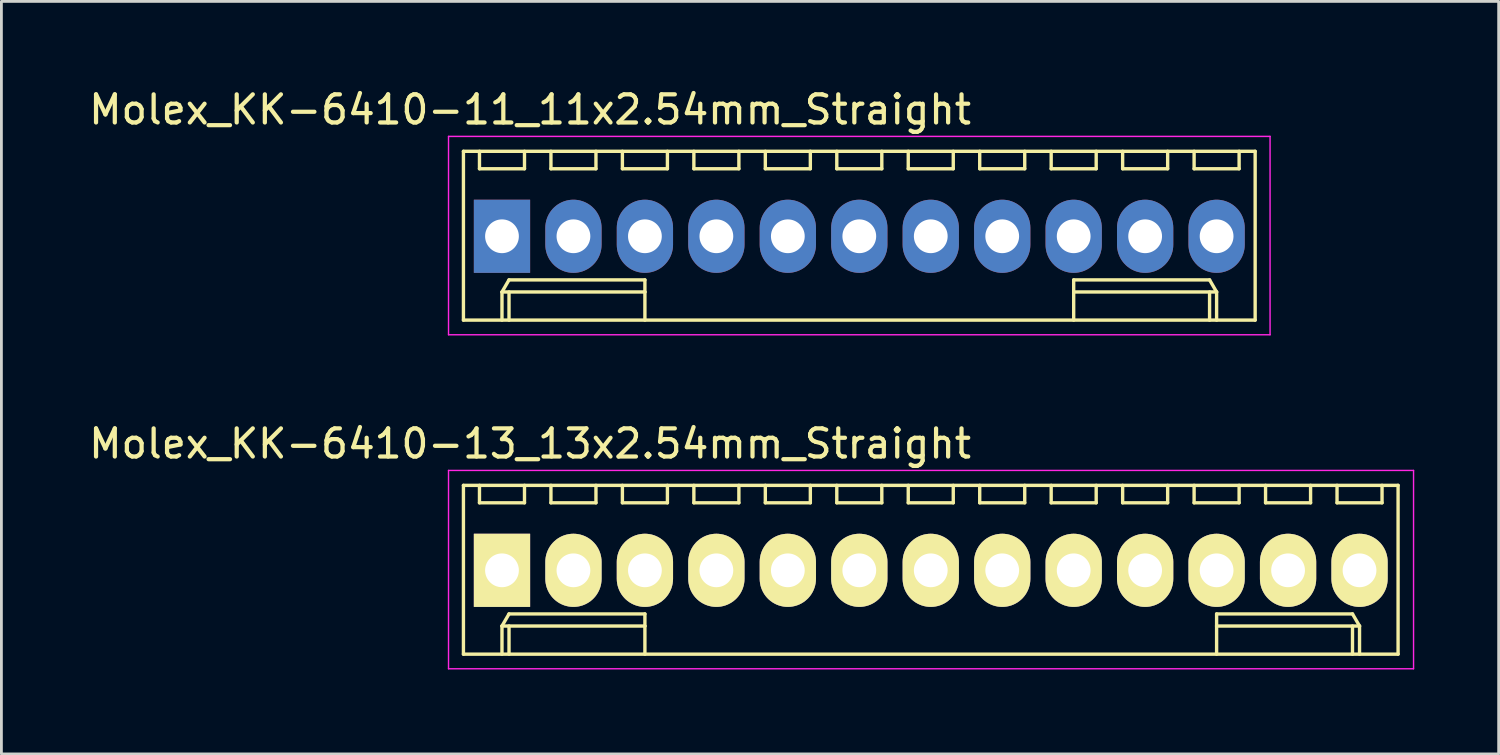
<source format=kicad_pcb>
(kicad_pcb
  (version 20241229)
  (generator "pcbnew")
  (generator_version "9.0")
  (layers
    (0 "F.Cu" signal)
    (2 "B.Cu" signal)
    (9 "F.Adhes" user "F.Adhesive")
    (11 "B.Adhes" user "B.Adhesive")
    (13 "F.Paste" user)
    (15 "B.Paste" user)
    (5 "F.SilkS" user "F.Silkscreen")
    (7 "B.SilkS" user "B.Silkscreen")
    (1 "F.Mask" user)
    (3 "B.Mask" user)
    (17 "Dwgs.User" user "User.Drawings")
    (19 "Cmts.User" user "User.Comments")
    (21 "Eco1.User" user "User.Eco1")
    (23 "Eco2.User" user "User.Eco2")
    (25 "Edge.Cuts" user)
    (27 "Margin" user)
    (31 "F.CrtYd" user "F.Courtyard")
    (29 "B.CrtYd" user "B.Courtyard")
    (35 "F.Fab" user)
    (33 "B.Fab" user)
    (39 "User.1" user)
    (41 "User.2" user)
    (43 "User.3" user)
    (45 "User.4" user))
  (footprint "Molex_KK-6410-11_11x2.54mm_Straight"
    (layer "F.Cu")
    (at 14.792 5.348)
    (property "Reference" "Molex_KK-6410-11_11x2.54mm_Straight" (at 1 -4.5 0) (layer "F.SilkS") (effects (font (size 1 1) (thickness 0.15))))
    (attr through_hole)
    (fp_line (start -1.37 -3.02) (end -1.37 2.98) (stroke (width 0.12) (type solid)) (layer "F.SilkS"))
    (fp_line (start -1.37 2.98) (end 26.77 2.98) (stroke (width 0.12) (type solid)) (layer "F.SilkS"))
    (fp_line (start -0.8 -3.02) (end -0.8 -2.4) (stroke (width 0.12) (type solid)) (layer "F.SilkS"))
    (fp_line (start -0.8 -2.4) (end 0.8 -2.4) (stroke (width 0.12) (type solid)) (layer "F.SilkS"))
    (fp_line (start 0 1.98) (end 0.25 1.55) (stroke (width 0.12) (type solid)) (layer "F.SilkS"))
    (fp_line (start 0 1.98) (end 5.08 1.98) (stroke (width 0.12) (type solid)) (layer "F.SilkS"))
    (fp_line (start 0 2.98) (end 0 1.98) (stroke (width 0.12) (type solid)) (layer "F.SilkS"))
    (fp_line (start 0.25 1.55) (end 5.08 1.55) (stroke (width 0.12) (type solid)) (layer "F.SilkS"))
    (fp_line (start 0.25 2.98) (end 0.25 1.98) (stroke (width 0.12) (type solid)) (layer "F.SilkS"))
    (fp_line (start 0.8 -2.4) (end 0.8 -3.02) (stroke (width 0.12) (type solid)) (layer "F.SilkS"))
    (fp_line (start 1.74 -3.02) (end 1.74 -2.4) (stroke (width 0.12) (type solid)) (layer "F.SilkS"))
    (fp_line (start 1.74 -2.4) (end 3.34 -2.4) (stroke (width 0.12) (type solid)) (layer "F.SilkS"))
    (fp_line (start 3.34 -2.4) (end 3.34 -3.02) (stroke (width 0.12) (type solid)) (layer "F.SilkS"))
    (fp_line (start 4.28 -3.02) (end 4.28 -2.4) (stroke (width 0.12) (type solid)) (layer "F.SilkS"))
    (fp_line (start 4.28 -2.4) (end 5.88 -2.4) (stroke (width 0.12) (type solid)) (layer "F.SilkS"))
    (fp_line (start 5.08 1.55) (end 5.08 1.98) (stroke (width 0.12) (type solid)) (layer "F.SilkS"))
    (fp_line (start 5.08 1.98) (end 5.08 2.98) (stroke (width 0.12) (type solid)) (layer "F.SilkS"))
    (fp_line (start 5.88 -2.4) (end 5.88 -3.02) (stroke (width 0.12) (type solid)) (layer "F.SilkS"))
    (fp_line (start 6.82 -3.02) (end 6.82 -2.4) (stroke (width 0.12) (type solid)) (layer "F.SilkS"))
    (fp_line (start 6.82 -2.4) (end 8.42 -2.4) (stroke (width 0.12) (type solid)) (layer "F.SilkS"))
    (fp_line (start 8.42 -2.4) (end 8.42 -3.02) (stroke (width 0.12) (type solid)) (layer "F.SilkS"))
    (fp_line (start 9.36 -3.02) (end 9.36 -2.4) (stroke (width 0.12) (type solid)) (layer "F.SilkS"))
    (fp_line (start 9.36 -2.4) (end 10.96 -2.4) (stroke (width 0.12) (type solid)) (layer "F.SilkS"))
    (fp_line (start 10.96 -2.4) (end 10.96 -3.02) (stroke (width 0.12) (type solid)) (layer "F.SilkS"))
    (fp_line (start 11.9 -3.02) (end 11.9 -2.4) (stroke (width 0.12) (type solid)) (layer "F.SilkS"))
    (fp_line (start 11.9 -2.4) (end 13.5 -2.4) (stroke (width 0.12) (type solid)) (layer "F.SilkS"))
    (fp_line (start 13.5 -2.4) (end 13.5 -3.02) (stroke (width 0.12) (type solid)) (layer "F.SilkS"))
    (fp_line (start 14.44 -3.02) (end 14.44 -2.4) (stroke (width 0.12) (type solid)) (layer "F.SilkS"))
    (fp_line (start 14.44 -2.4) (end 16.04 -2.4) (stroke (width 0.12) (type solid)) (layer "F.SilkS"))
    (fp_line (start 16.04 -2.4) (end 16.04 -3.02) (stroke (width 0.12) (type solid)) (layer "F.SilkS"))
    (fp_line (start 16.98 -3.02) (end 16.98 -2.4) (stroke (width 0.12) (type solid)) (layer "F.SilkS"))
    (fp_line (start 16.98 -2.4) (end 18.58 -2.4) (stroke (width 0.12) (type solid)) (layer "F.SilkS"))
    (fp_line (start 18.58 -2.4) (end 18.58 -3.02) (stroke (width 0.12) (type solid)) (layer "F.SilkS"))
    (fp_line (start 19.52 -3.02) (end 19.52 -2.4) (stroke (width 0.12) (type solid)) (layer "F.SilkS"))
    (fp_line (start 19.52 -2.4) (end 21.12 -2.4) (stroke (width 0.12) (type solid)) (layer "F.SilkS"))
    (fp_line (start 20.32 1.55) (end 20.32 1.98) (stroke (width 0.12) (type solid)) (layer "F.SilkS"))
    (fp_line (start 20.32 1.98) (end 20.32 2.98) (stroke (width 0.12) (type solid)) (layer "F.SilkS"))
    (fp_line (start 21.12 -2.4) (end 21.12 -3.02) (stroke (width 0.12) (type solid)) (layer "F.SilkS"))
    (fp_line (start 22.06 -3.02) (end 22.06 -2.4) (stroke (width 0.12) (type solid)) (layer "F.SilkS"))
    (fp_line (start 22.06 -2.4) (end 23.66 -2.4) (stroke (width 0.12) (type solid)) (layer "F.SilkS"))
    (fp_line (start 23.66 -2.4) (end 23.66 -3.02) (stroke (width 0.12) (type solid)) (layer "F.SilkS"))
    (fp_line (start 24.6 -3.02) (end 24.6 -2.4) (stroke (width 0.12) (type solid)) (layer "F.SilkS"))
    (fp_line (start 24.6 -2.4) (end 26.2 -2.4) (stroke (width 0.12) (type solid)) (layer "F.SilkS"))
    (fp_line (start 25.15 1.55) (end 20.32 1.55) (stroke (width 0.12) (type solid)) (layer "F.SilkS"))
    (fp_line (start 25.15 2.98) (end 25.15 1.98) (stroke (width 0.12) (type solid)) (layer "F.SilkS"))
    (fp_line (start 25.4 1.98) (end 20.32 1.98) (stroke (width 0.12) (type solid)) (layer "F.SilkS"))
    (fp_line (start 25.4 1.98) (end 25.15 1.55) (stroke (width 0.12) (type solid)) (layer "F.SilkS"))
    (fp_line (start 25.4 2.98) (end 25.4 1.98) (stroke (width 0.12) (type solid)) (layer "F.SilkS"))
    (fp_line (start 26.2 -2.4) (end 26.2 -3.02) (stroke (width 0.12) (type solid)) (layer "F.SilkS"))
    (fp_line (start 26.77 -3.02) (end -1.37 -3.02) (stroke (width 0.12) (type solid)) (layer "F.SilkS"))
    (fp_line (start 26.77 2.98) (end 26.77 -3.02) (stroke (width 0.12) (type solid)) (layer "F.SilkS"))
    (fp_line (start -1.9 -3.55) (end 27.3 -3.55) (stroke (width 0.05) (type solid)) (layer "F.CrtYd"))
    (fp_line (start -1.9 3.5) (end -1.9 -3.55) (stroke (width 0.05) (type solid)) (layer "F.CrtYd"))
    (fp_line (start 27.3 -3.55) (end 27.3 3.5) (stroke (width 0.05) (type solid)) (layer "F.CrtYd"))
    (fp_line (start 27.3 3.5) (end -1.9 3.5) (stroke (width 0.05) (type solid)) (layer "F.CrtYd"))
    (pad "1" thru_hole rect (at 0 0) (size 2 2.6) (drill 1.2) (layers "*.Cu" "*.Mask"))
    (pad "2" thru_hole oval (at 2.54 0) (size 2 2.6) (drill 1.2) (layers "*.Cu" "*.Mask"))
    (pad "3" thru_hole oval (at 5.08 0) (size 2 2.6) (drill 1.2) (layers "*.Cu" "*.Mask"))
    (pad "4" thru_hole oval (at 7.62 0) (size 2 2.6) (drill 1.2) (layers "*.Cu" "*.Mask"))
    (pad "5" thru_hole oval (at 10.16 0) (size 2 2.6) (drill 1.2) (layers "*.Cu" "*.Mask"))
    (pad "6" thru_hole oval (at 12.7 0) (size 2 2.6) (drill 1.2) (layers "*.Cu" "*.Mask"))
    (pad "7" thru_hole oval (at 15.24 0) (size 2 2.6) (drill 1.2) (layers "*.Cu" "*.Mask"))
    (pad "8" thru_hole oval (at 17.78 0) (size 2 2.6) (drill 1.2) (layers "*.Cu" "*.Mask"))
    (pad "9" thru_hole oval (at 20.32 0) (size 2 2.6) (drill 1.2) (layers "*.Cu" "*.Mask"))
    (pad "10" thru_hole oval (at 22.86 0) (size 2 2.6) (drill 1.2) (layers "*.Cu" "*.Mask"))
    (pad "11" thru_hole oval (at 25.4 0) (size 2 2.6) (drill 1.2) (layers "*.Cu" "*.Mask")))
  (footprint "Molex_KK-6410-13_13x2.54mm_Straight"
    (layer "F.Cu")
    (at 14.792 17.221)
    (property "Reference" "Molex_KK-6410-13_13x2.54mm_Straight" (at 1 -4.5 0) (layer "F.SilkS") (effects (font (size 1 1) (thickness 0.15))))
    (attr through_hole)
    (fp_line (start -1.37 -3.02) (end -1.37 2.98) (stroke (width 0.12) (type solid)) (layer "F.SilkS"))
    (fp_line (start -1.37 2.98) (end 31.85 2.98) (stroke (width 0.12) (type solid)) (layer "F.SilkS"))
    (fp_line (start -0.8 -3.02) (end -0.8 -2.4) (stroke (width 0.12) (type solid)) (layer "F.SilkS"))
    (fp_line (start -0.8 -2.4) (end 0.8 -2.4) (stroke (width 0.12) (type solid)) (layer "F.SilkS"))
    (fp_line (start 0 1.98) (end 0.25 1.55) (stroke (width 0.12) (type solid)) (layer "F.SilkS"))
    (fp_line (start 0 1.98) (end 5.08 1.98) (stroke (width 0.12) (type solid)) (layer "F.SilkS"))
    (fp_line (start 0 2.98) (end 0 1.98) (stroke (width 0.12) (type solid)) (layer "F.SilkS"))
    (fp_line (start 0.25 1.55) (end 5.08 1.55) (stroke (width 0.12) (type solid)) (layer "F.SilkS"))
    (fp_line (start 0.25 2.98) (end 0.25 1.98) (stroke (width 0.12) (type solid)) (layer "F.SilkS"))
    (fp_line (start 0.8 -2.4) (end 0.8 -3.02) (stroke (width 0.12) (type solid)) (layer "F.SilkS"))
    (fp_line (start 1.74 -3.02) (end 1.74 -2.4) (stroke (width 0.12) (type solid)) (layer "F.SilkS"))
    (fp_line (start 1.74 -2.4) (end 3.34 -2.4) (stroke (width 0.12) (type solid)) (layer "F.SilkS"))
    (fp_line (start 3.34 -2.4) (end 3.34 -3.02) (stroke (width 0.12) (type solid)) (layer "F.SilkS"))
    (fp_line (start 4.28 -3.02) (end 4.28 -2.4) (stroke (width 0.12) (type solid)) (layer "F.SilkS"))
    (fp_line (start 4.28 -2.4) (end 5.88 -2.4) (stroke (width 0.12) (type solid)) (layer "F.SilkS"))
    (fp_line (start 5.08 1.55) (end 5.08 1.98) (stroke (width 0.12) (type solid)) (layer "F.SilkS"))
    (fp_line (start 5.08 1.98) (end 5.08 2.98) (stroke (width 0.12) (type solid)) (layer "F.SilkS"))
    (fp_line (start 5.88 -2.4) (end 5.88 -3.02) (stroke (width 0.12) (type solid)) (layer "F.SilkS"))
    (fp_line (start 6.82 -3.02) (end 6.82 -2.4) (stroke (width 0.12) (type solid)) (layer "F.SilkS"))
    (fp_line (start 6.82 -2.4) (end 8.42 -2.4) (stroke (width 0.12) (type solid)) (layer "F.SilkS"))
    (fp_line (start 8.42 -2.4) (end 8.42 -3.02) (stroke (width 0.12) (type solid)) (layer "F.SilkS"))
    (fp_line (start 9.36 -3.02) (end 9.36 -2.4) (stroke (width 0.12) (type solid)) (layer "F.SilkS"))
    (fp_line (start 9.36 -2.4) (end 10.96 -2.4) (stroke (width 0.12) (type solid)) (layer "F.SilkS"))
    (fp_line (start 10.96 -2.4) (end 10.96 -3.02) (stroke (width 0.12) (type solid)) (layer "F.SilkS"))
    (fp_line (start 11.9 -3.02) (end 11.9 -2.4) (stroke (width 0.12) (type solid)) (layer "F.SilkS"))
    (fp_line (start 11.9 -2.4) (end 13.5 -2.4) (stroke (width 0.12) (type solid)) (layer "F.SilkS"))
    (fp_line (start 13.5 -2.4) (end 13.5 -3.02) (stroke (width 0.12) (type solid)) (layer "F.SilkS"))
    (fp_line (start 14.44 -3.02) (end 14.44 -2.4) (stroke (width 0.12) (type solid)) (layer "F.SilkS"))
    (fp_line (start 14.44 -2.4) (end 16.04 -2.4) (stroke (width 0.12) (type solid)) (layer "F.SilkS"))
    (fp_line (start 16.04 -2.4) (end 16.04 -3.02) (stroke (width 0.12) (type solid)) (layer "F.SilkS"))
    (fp_line (start 16.98 -3.02) (end 16.98 -2.4) (stroke (width 0.12) (type solid)) (layer "F.SilkS"))
    (fp_line (start 16.98 -2.4) (end 18.58 -2.4) (stroke (width 0.12) (type solid)) (layer "F.SilkS"))
    (fp_line (start 18.58 -2.4) (end 18.58 -3.02) (stroke (width 0.12) (type solid)) (layer "F.SilkS"))
    (fp_line (start 19.52 -3.02) (end 19.52 -2.4) (stroke (width 0.12) (type solid)) (layer "F.SilkS"))
    (fp_line (start 19.52 -2.4) (end 21.12 -2.4) (stroke (width 0.12) (type solid)) (layer "F.SilkS"))
    (fp_line (start 21.12 -2.4) (end 21.12 -3.02) (stroke (width 0.12) (type solid)) (layer "F.SilkS"))
    (fp_line (start 22.06 -3.02) (end 22.06 -2.4) (stroke (width 0.12) (type solid)) (layer "F.SilkS"))
    (fp_line (start 22.06 -2.4) (end 23.66 -2.4) (stroke (width 0.12) (type solid)) (layer "F.SilkS"))
    (fp_line (start 23.66 -2.4) (end 23.66 -3.02) (stroke (width 0.12) (type solid)) (layer "F.SilkS"))
    (fp_line (start 24.6 -3.02) (end 24.6 -2.4) (stroke (width 0.12) (type solid)) (layer "F.SilkS"))
    (fp_line (start 24.6 -2.4) (end 26.2 -2.4) (stroke (width 0.12) (type solid)) (layer "F.SilkS"))
    (fp_line (start 25.4 1.55) (end 25.4 1.98) (stroke (width 0.12) (type solid)) (layer "F.SilkS"))
    (fp_line (start 25.4 1.98) (end 25.4 2.98) (stroke (width 0.12) (type solid)) (layer "F.SilkS"))
    (fp_line (start 26.2 -2.4) (end 26.2 -3.02) (stroke (width 0.12) (type solid)) (layer "F.SilkS"))
    (fp_line (start 27.14 -3.02) (end 27.14 -2.4) (stroke (width 0.12) (type solid)) (layer "F.SilkS"))
    (fp_line (start 27.14 -2.4) (end 28.74 -2.4) (stroke (width 0.12) (type solid)) (layer "F.SilkS"))
    (fp_line (start 28.74 -2.4) (end 28.74 -3.02) (stroke (width 0.12) (type solid)) (layer "F.SilkS"))
    (fp_line (start 29.68 -3.02) (end 29.68 -2.4) (stroke (width 0.12) (type solid)) (layer "F.SilkS"))
    (fp_line (start 29.68 -2.4) (end 31.28 -2.4) (stroke (width 0.12) (type solid)) (layer "F.SilkS"))
    (fp_line (start 30.23 1.55) (end 25.4 1.55) (stroke (width 0.12) (type solid)) (layer "F.SilkS"))
    (fp_line (start 30.23 2.98) (end 30.23 1.98) (stroke (width 0.12) (type solid)) (layer "F.SilkS"))
    (fp_line (start 30.48 1.98) (end 25.4 1.98) (stroke (width 0.12) (type solid)) (layer "F.SilkS"))
    (fp_line (start 30.48 1.98) (end 30.23 1.55) (stroke (width 0.12) (type solid)) (layer "F.SilkS"))
    (fp_line (start 30.48 2.98) (end 30.48 1.98) (stroke (width 0.12) (type solid)) (layer "F.SilkS"))
    (fp_line (start 31.28 -2.4) (end 31.28 -3.02) (stroke (width 0.12) (type solid)) (layer "F.SilkS"))
    (fp_line (start 31.85 -3.02) (end -1.37 -3.02) (stroke (width 0.12) (type solid)) (layer "F.SilkS"))
    (fp_line (start 31.85 2.98) (end 31.85 -3.02) (stroke (width 0.12) (type solid)) (layer "F.SilkS"))
    (fp_line (start -1.9 -3.55) (end 32.4 -3.55) (stroke (width 0.05) (type solid)) (layer "F.CrtYd"))
    (fp_line (start -1.9 3.5) (end -1.9 -3.55) (stroke (width 0.05) (type solid)) (layer "F.CrtYd"))
    (fp_line (start 32.4 -3.55) (end 32.4 3.5) (stroke (width 0.05) (type solid)) (layer "F.CrtYd"))
    (fp_line (start 32.4 3.5) (end -1.9 3.5) (stroke (width 0.05) (type solid)) (layer "F.CrtYd"))
    (pad "1" thru_hole rect (at 0 0) (size 2 2.6) (drill 1.2) (layers "*.Cu" "*.Mask" "F.SilkS"))
    (pad "2" thru_hole oval (at 2.54 0) (size 2 2.6) (drill 1.2) (layers "*.Cu" "*.Mask" "F.SilkS"))
    (pad "3" thru_hole oval (at 5.08 0) (size 2 2.6) (drill 1.2) (layers "*.Cu" "*.Mask" "F.SilkS"))
    (pad "4" thru_hole oval (at 7.62 0) (size 2 2.6) (drill 1.2) (layers "*.Cu" "*.Mask" "F.SilkS"))
    (pad "5" thru_hole oval (at 10.16 0) (size 2 2.6) (drill 1.2) (layers "*.Cu" "*.Mask" "F.SilkS"))
    (pad "6" thru_hole oval (at 12.7 0) (size 2 2.6) (drill 1.2) (layers "*.Cu" "*.Mask" "F.SilkS"))
    (pad "7" thru_hole oval (at 15.24 0) (size 2 2.6) (drill 1.2) (layers "*.Cu" "*.Mask" "F.SilkS"))
    (pad "8" thru_hole oval (at 17.78 0) (size 2 2.6) (drill 1.2) (layers "*.Cu" "*.Mask" "F.SilkS"))
    (pad "9" thru_hole oval (at 20.32 0) (size 2 2.6) (drill 1.2) (layers "*.Cu" "*.Mask" "F.SilkS"))
    (pad "10" thru_hole oval (at 22.86 0) (size 2 2.6) (drill 1.2) (layers "*.Cu" "*.Mask" "F.SilkS"))
    (pad "11" thru_hole oval (at 25.4 0) (size 2 2.6) (drill 1.2) (layers "*.Cu" "*.Mask" "F.SilkS"))
    (pad "12" thru_hole oval (at 27.94 0) (size 2 2.6) (drill 1.2) (layers "*.Cu" "*.Mask" "F.SilkS"))
    (pad "13" thru_hole oval (at 30.48 0) (size 2 2.6) (drill 1.2) (layers "*.Cu" "*.Mask" "F.SilkS")))
  (gr_rect
    (start -3 -3)
    (end 50.217 23.747)
    (stroke (width 0.1) (type default))
    (fill no)
    (layer "Edge.Cuts")))
</source>
